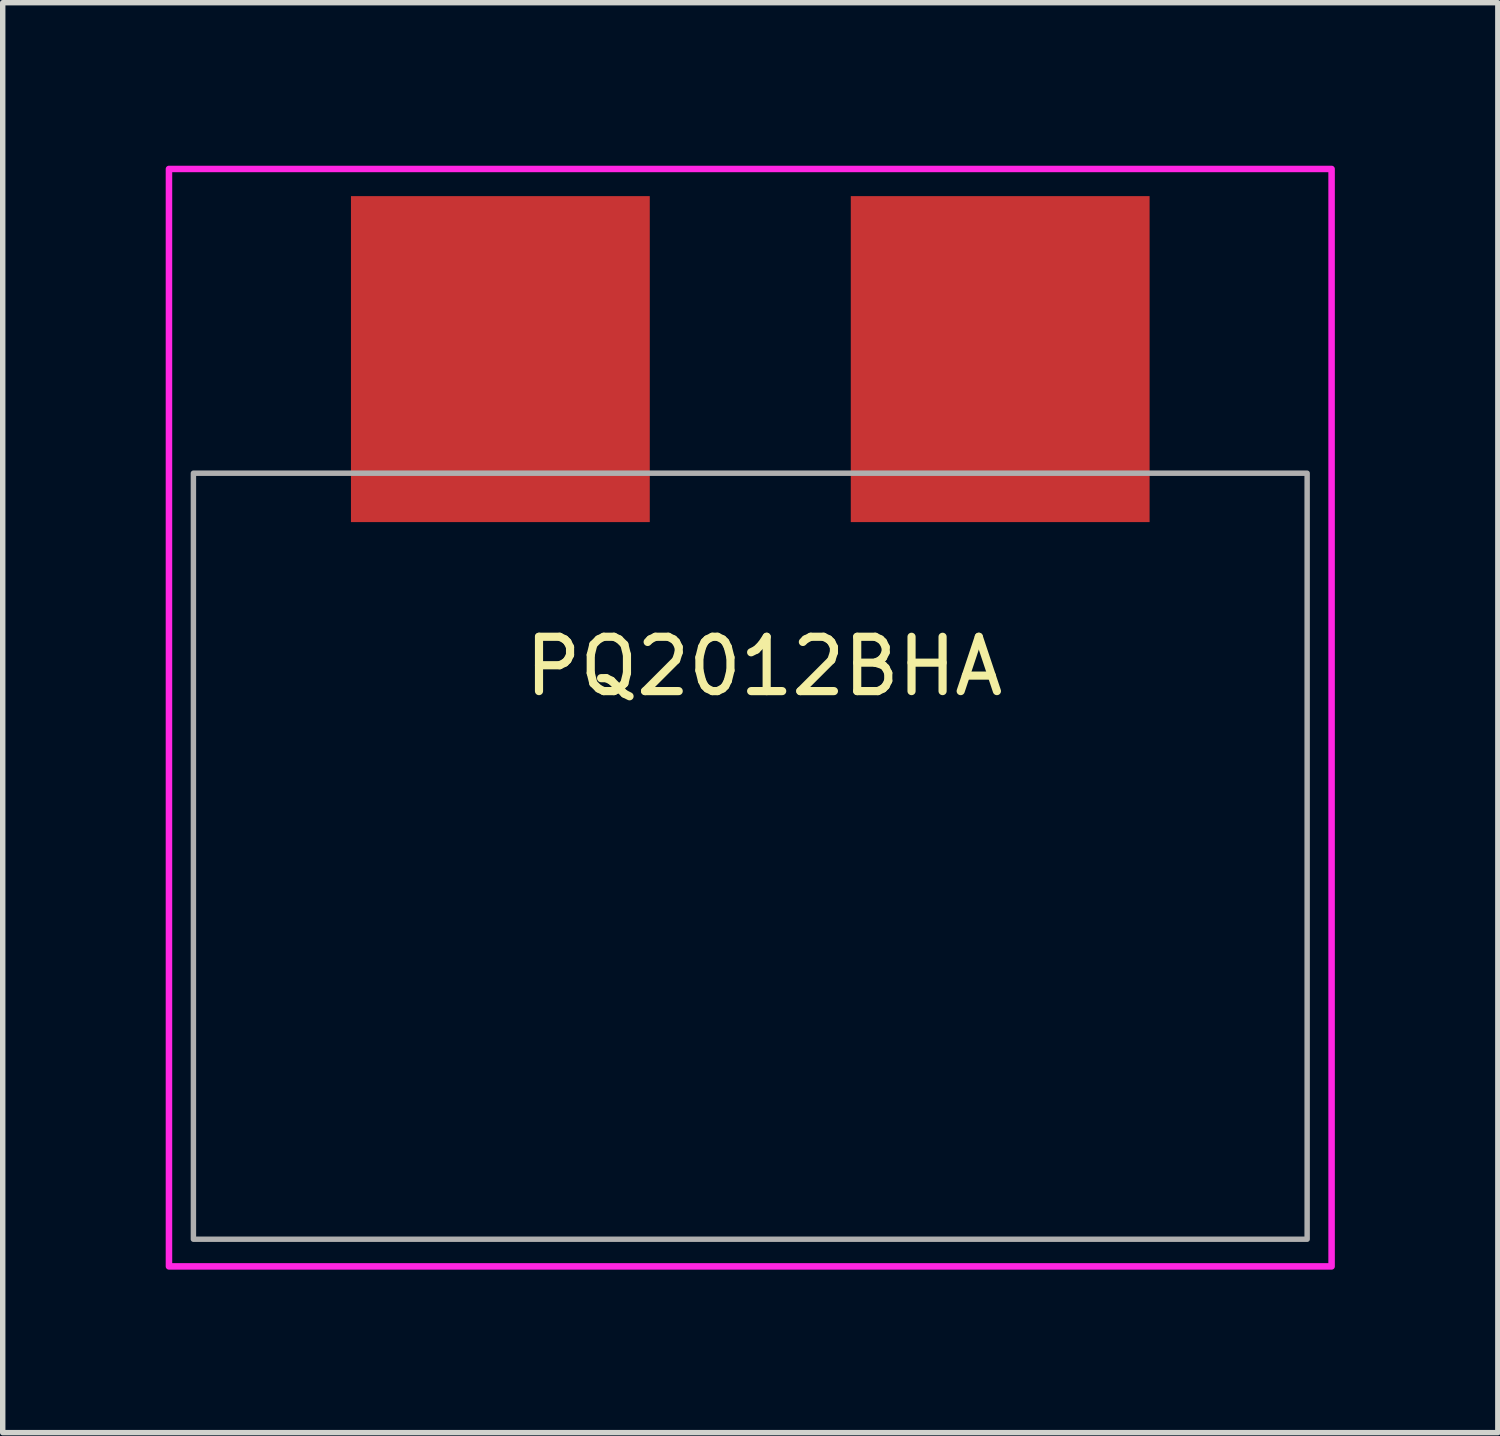
<source format=kicad_pcb>
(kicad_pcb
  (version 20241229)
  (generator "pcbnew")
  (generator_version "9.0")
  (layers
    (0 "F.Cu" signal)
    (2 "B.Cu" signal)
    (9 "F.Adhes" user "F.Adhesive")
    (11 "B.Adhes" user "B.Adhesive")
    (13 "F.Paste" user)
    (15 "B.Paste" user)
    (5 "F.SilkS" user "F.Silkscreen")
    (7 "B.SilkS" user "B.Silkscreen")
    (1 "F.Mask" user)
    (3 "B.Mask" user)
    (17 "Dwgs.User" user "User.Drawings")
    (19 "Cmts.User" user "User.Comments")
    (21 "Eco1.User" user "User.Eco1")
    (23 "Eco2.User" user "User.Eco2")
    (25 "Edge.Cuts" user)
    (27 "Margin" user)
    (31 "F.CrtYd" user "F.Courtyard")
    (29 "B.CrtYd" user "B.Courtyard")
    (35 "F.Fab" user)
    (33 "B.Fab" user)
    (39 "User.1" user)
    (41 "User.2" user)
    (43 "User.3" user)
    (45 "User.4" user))
  (footprint "PQ2012BHA"
    (layer "F.Cu")
    (at 10.76 5.66)
    (property "Reference" "PQ2012BHA" (at 0.254 3.556 0) (unlocked yes) (layer "F.SilkS") (effects (font (size 1 1) (thickness 0.15))))
    (attr smd)
    (fp_rect (start -10.7 -5.6) (end 10.7 14.6) (stroke (width 0.12) (type solid)) (fill no) (layer "F.CrtYd"))
    (fp_rect (start -10.25 0) (end 10.25 14.1) (stroke (width 0.1) (type solid)) (fill no) (layer "F.Fab"))
    (pad "1" smd rect (at 4.6 -2.1) (size 5.5 6) (layers "F.Cu" "F.Mask" "F.Paste"))
    (pad "2" smd rect (at -4.6 -2.1) (size 5.5 6) (layers "F.Cu" "F.Mask" "F.Paste")))
  (gr_rect
    (start -3 -3)
    (end 24.52 23.32)
    (stroke (width 0.1) (type default))
    (fill no)
    (layer "Edge.Cuts")))
</source>
